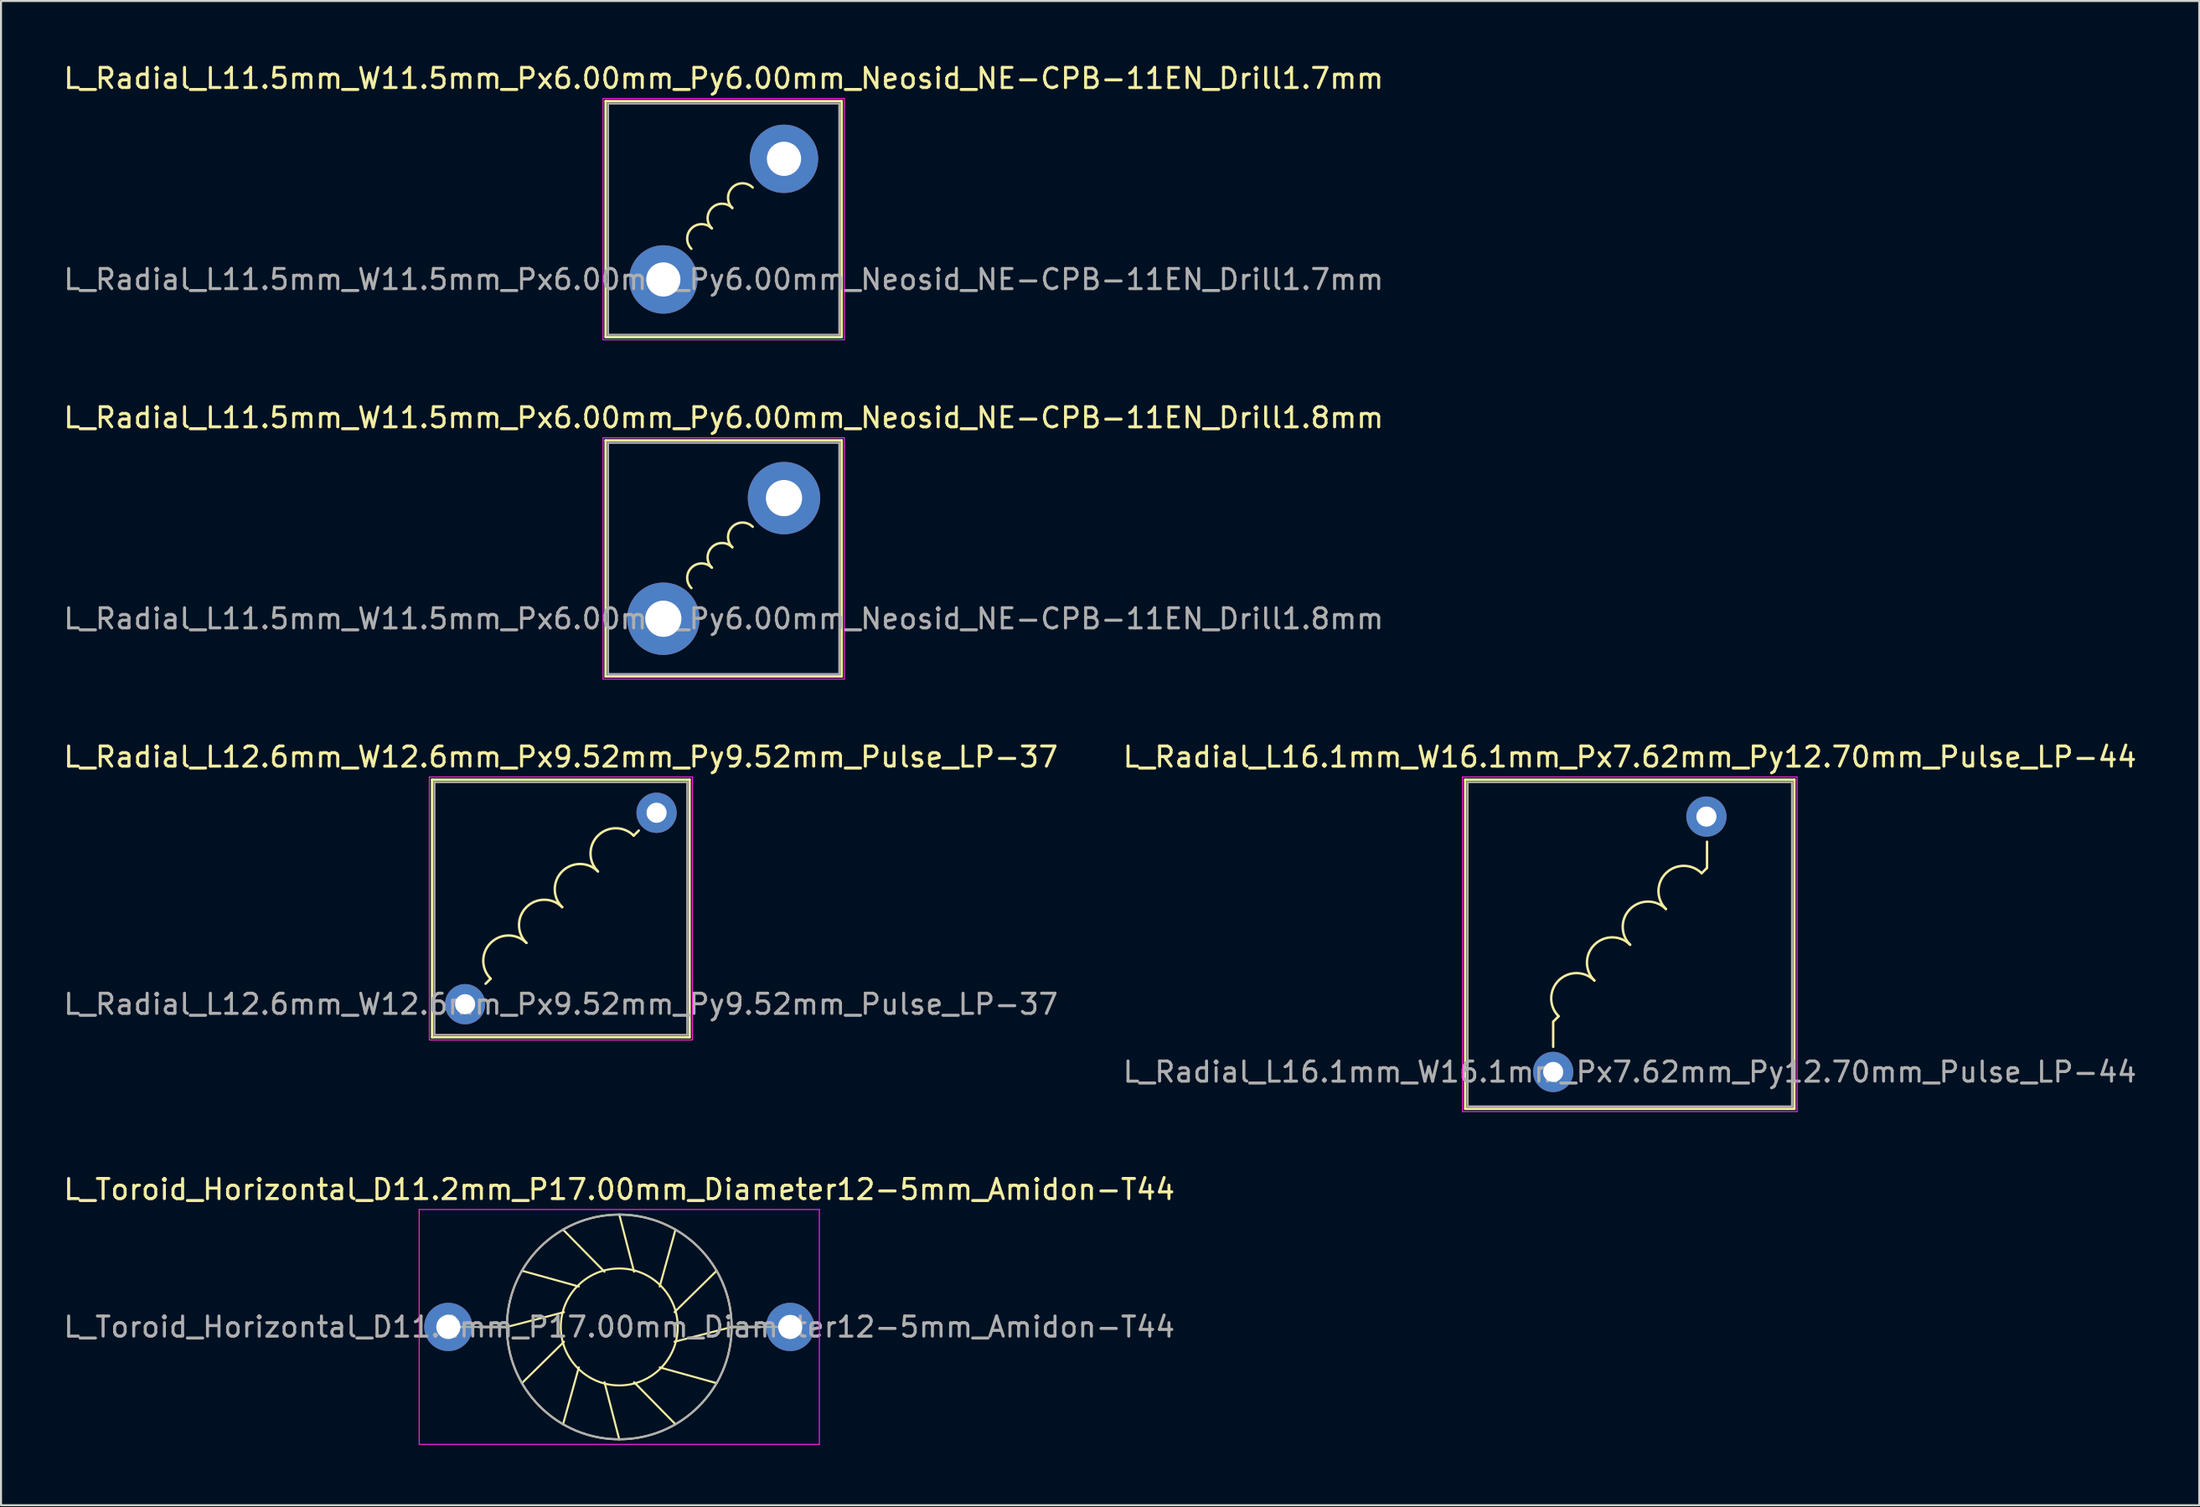
<source format=kicad_pcb>
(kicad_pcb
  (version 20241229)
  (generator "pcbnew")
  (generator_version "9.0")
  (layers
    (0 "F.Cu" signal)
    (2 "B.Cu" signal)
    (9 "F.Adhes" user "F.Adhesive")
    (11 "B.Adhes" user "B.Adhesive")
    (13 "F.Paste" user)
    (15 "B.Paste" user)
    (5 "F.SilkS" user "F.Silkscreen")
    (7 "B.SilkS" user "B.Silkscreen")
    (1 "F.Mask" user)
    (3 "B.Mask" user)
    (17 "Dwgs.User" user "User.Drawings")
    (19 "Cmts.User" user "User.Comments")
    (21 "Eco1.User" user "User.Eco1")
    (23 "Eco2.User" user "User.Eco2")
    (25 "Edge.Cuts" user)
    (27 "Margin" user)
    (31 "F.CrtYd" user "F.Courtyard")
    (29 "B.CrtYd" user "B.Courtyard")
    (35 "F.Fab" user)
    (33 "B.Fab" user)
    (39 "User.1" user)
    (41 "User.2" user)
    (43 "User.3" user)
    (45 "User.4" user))
  (footprint "L_Toroid_Horizontal_D11.2mm_P17.00mm_Diameter12-5mm_Amidon-T44"
    (layer "F.Cu")
    (at 19.244 62.941)
    (property "Reference" "L_Toroid_Horizontal_D11.2mm_P17.00mm_Diameter12-5mm_Amidon-T44" (at 8.5 -6.838 0) (layer "F.SilkS") (effects (font (size 1 1) (thickness 0.15))))
    (attr through_hole)
    (fp_line (start 2.906 0.001) (end 1.524 0) (stroke (width 0.12) (type solid)) (layer "F.SilkS"))
    (fp_line (start 2.906 0.001) (end 5.753 -0.736) (stroke (width 0.1) (type solid)) (layer "F.SilkS"))
    (fp_line (start 3.655 -2.796) (end 6.489 -2.011) (stroke (width 0.1) (type solid)) (layer "F.SilkS"))
    (fp_line (start 3.656 2.797) (end 5.753 0.736) (stroke (width 0.1) (type solid)) (layer "F.SilkS"))
    (fp_line (start 5.702 -4.844) (end 7.764 -2.747) (stroke (width 0.1) (type solid)) (layer "F.SilkS"))
    (fp_line (start 5.703 4.845) (end 6.489 2.011) (stroke (width 0.1) (type solid)) (layer "F.SilkS"))
    (fp_line (start 8.499 -5.594) (end 9.236 -2.747) (stroke (width 0.1) (type solid)) (layer "F.SilkS"))
    (fp_line (start 8.5 5.594) (end 7.764 2.747) (stroke (width 0.1) (type solid)) (layer "F.SilkS"))
    (fp_line (start 11.296 -4.845) (end 10.511 -2.011) (stroke (width 0.1) (type solid)) (layer "F.SilkS"))
    (fp_line (start 11.297 4.844) (end 9.236 2.747) (stroke (width 0.1) (type solid)) (layer "F.SilkS"))
    (fp_line (start 13.344 -2.798) (end 11.247 -0.737) (stroke (width 0.1) (type solid)) (layer "F.SilkS"))
    (fp_line (start 13.344 2.797) (end 10.511 2.011) (stroke (width 0.1) (type solid)) (layer "F.SilkS"))
    (fp_line (start 14.088 0) (end 15.494 0) (stroke (width 0.12) (type solid)) (layer "F.SilkS"))
    (fp_line (start 14.094 0) (end 11.247 0.736) (stroke (width 0.1) (type solid)) (layer "F.SilkS"))
    (fp_circle (center 8.5 0) (end 11.408 0) (stroke (width 0.1) (type solid)) (fill no) (layer "F.SilkS"))
    (fp_circle (center 8.5 0) (end 14.088 0) (stroke (width 0.1) (type solid)) (fill no) (layer "F.SilkS"))
    (fp_line (start -1.45 -5.84) (end -1.45 5.84) (stroke (width 0.05) (type solid)) (layer "F.CrtYd"))
    (fp_line (start -1.45 5.84) (end 18.45 5.84) (stroke (width 0.05) (type solid)) (layer "F.CrtYd"))
    (fp_line (start 18.45 -5.84) (end -1.45 -5.84) (stroke (width 0.05) (type solid)) (layer "F.CrtYd"))
    (fp_line (start 18.45 5.84) (end 18.45 -5.84) (stroke (width 0.05) (type solid)) (layer "F.CrtYd"))
    (fp_line (start 0 0) (end 2.912 0) (stroke (width 0.1) (type solid)) (layer "F.Fab"))
    (fp_line (start 17 0) (end 14.088 0) (stroke (width 0.1) (type solid)) (layer "F.Fab"))
    (fp_circle (center 8.5 0) (end 14.088 0) (stroke (width 0.1) (type solid)) (fill no) (layer "F.Fab"))
    (fp_text user "${REFERENCE}" (at 8.5 0 0) (layer "F.Fab") (effects (font (size 1 1) (thickness 0.15))))
    (pad "1" thru_hole circle (at 0 0) (size 2.4 2.4) (drill 1.2) (layers "*.Cu" "*.Mask"))
    (pad "2" thru_hole circle (at 17 0) (size 2.4 2.4) (drill 1.2) (layers "*.Cu" "*.Mask")))
  (footprint "L_Radial_L11.5mm_W11.5mm_Px6.00mm_Py6.00mm_Neosid_NE-CPB-11EN_Drill1.8mm"
    (layer "F.Cu")
    (at 29.935 27.721)
    (property "Reference" "L_Radial_L11.5mm_W11.5mm_Px6.00mm_Py6.00mm_Neosid_NE-CPB-11EN_Drill1.8mm" (at 3 -10 0) (layer "F.SilkS") (effects (font (size 1 1) (thickness 0.15))))
    (attr through_hole)
    (fp_line (start -2.87 -8.87) (end -2.87 2.87) (stroke (width 0.12) (type solid)) (layer "F.SilkS"))
    (fp_line (start -2.87 -8.87) (end 8.87 -8.87) (stroke (width 0.12) (type solid)) (layer "F.SilkS"))
    (fp_line (start -2.87 2.87) (end 8.87 2.87) (stroke (width 0.12) (type solid)) (layer "F.SilkS"))
    (fp_line (start 8.87 -8.87) (end 8.87 2.87) (stroke (width 0.12) (type solid)) (layer "F.SilkS"))
    (fp_arc (start 1.396996 -1.523996) (mid 1.396996 -2.539998) (end 2.412998 -2.539998) (stroke (width 0.12) (type solid)) (layer "F.SilkS"))
    (fp_arc (start 2.412998 -2.539998) (mid 2.412998 -3.556) (end 3.429 -3.556) (stroke (width 0.12) (type solid)) (layer "F.SilkS"))
    (fp_arc (start 3.429 -3.556) (mid 3.429 -4.571998) (end 4.444998 -4.571998) (stroke (width 0.12) (type solid)) (layer "F.SilkS"))
    (fp_line (start -3 -9) (end -3 3) (stroke (width 0.05) (type solid)) (layer "F.CrtYd"))
    (fp_line (start -3 3) (end 9 3) (stroke (width 0.05) (type solid)) (layer "F.CrtYd"))
    (fp_line (start 9 -9) (end -3 -9) (stroke (width 0.05) (type solid)) (layer "F.CrtYd"))
    (fp_line (start 9 3) (end 9 -9) (stroke (width 0.05) (type solid)) (layer "F.CrtYd"))
    (fp_line (start -2.75 -8.75) (end -2.75 2.75) (stroke (width 0.1) (type solid)) (layer "F.Fab"))
    (fp_line (start -2.75 2.75) (end 8.75 2.75) (stroke (width 0.1) (type solid)) (layer "F.Fab"))
    (fp_line (start 8.75 -8.75) (end -2.75 -8.75) (stroke (width 0.1) (type solid)) (layer "F.Fab"))
    (fp_line (start 8.75 2.75) (end 8.75 -8.75) (stroke (width 0.1) (type solid)) (layer "F.Fab"))
    (fp_text user "${REFERENCE}" (at 3 0 0) (layer "F.Fab") (effects (font (size 1 1) (thickness 0.15))))
    (pad "1" thru_hole circle (at 0 0) (size 3.6 3.6) (drill 1.8) (layers "*.Cu" "*.Mask"))
    (pad "2" thru_hole circle (at 6 -6) (size 3.6 3.6) (drill 1.8) (layers "*.Cu" "*.Mask")))
  (footprint "L_Radial_L11.5mm_W11.5mm_Px6.00mm_Py6.00mm_Neosid_NE-CPB-11EN_Drill1.7mm"
    (layer "F.Cu")
    (at 29.935 10.848)
    (property "Reference" "L_Radial_L11.5mm_W11.5mm_Px6.00mm_Py6.00mm_Neosid_NE-CPB-11EN_Drill1.7mm" (at 3 -10 0) (layer "F.SilkS") (effects (font (size 1 1) (thickness 0.15))))
    (attr through_hole)
    (fp_line (start -2.87 -8.87) (end -2.87 2.87) (stroke (width 0.12) (type solid)) (layer "F.SilkS"))
    (fp_line (start -2.87 -8.87) (end 8.87 -8.87) (stroke (width 0.12) (type solid)) (layer "F.SilkS"))
    (fp_line (start -2.87 2.87) (end 8.87 2.87) (stroke (width 0.12) (type solid)) (layer "F.SilkS"))
    (fp_line (start 8.87 -8.87) (end 8.87 2.87) (stroke (width 0.12) (type solid)) (layer "F.SilkS"))
    (fp_arc (start 1.396996 -1.523996) (mid 1.396996 -2.539998) (end 2.412998 -2.539998) (stroke (width 0.12) (type solid)) (layer "F.SilkS"))
    (fp_arc (start 2.412998 -2.539998) (mid 2.412998 -3.556) (end 3.429 -3.556) (stroke (width 0.12) (type solid)) (layer "F.SilkS"))
    (fp_arc (start 3.429 -3.556) (mid 3.429 -4.571998) (end 4.444998 -4.571998) (stroke (width 0.12) (type solid)) (layer "F.SilkS"))
    (fp_line (start -3 -9) (end -3 3) (stroke (width 0.05) (type solid)) (layer "F.CrtYd"))
    (fp_line (start -3 3) (end 9 3) (stroke (width 0.05) (type solid)) (layer "F.CrtYd"))
    (fp_line (start 9 -9) (end -3 -9) (stroke (width 0.05) (type solid)) (layer "F.CrtYd"))
    (fp_line (start 9 3) (end 9 -9) (stroke (width 0.05) (type solid)) (layer "F.CrtYd"))
    (fp_line (start -2.75 -8.75) (end -2.75 2.75) (stroke (width 0.1) (type solid)) (layer "F.Fab"))
    (fp_line (start -2.75 2.75) (end 8.75 2.75) (stroke (width 0.1) (type solid)) (layer "F.Fab"))
    (fp_line (start 8.75 -8.75) (end -2.75 -8.75) (stroke (width 0.1) (type solid)) (layer "F.Fab"))
    (fp_line (start 8.75 2.75) (end 8.75 -8.75) (stroke (width 0.1) (type solid)) (layer "F.Fab"))
    (fp_text user "${REFERENCE}" (at 3 0 0) (layer "F.Fab") (effects (font (size 1 1) (thickness 0.15))))
    (pad "1" thru_hole circle (at 0 0) (size 3.4 3.4) (drill 1.7) (layers "*.Cu" "*.Mask"))
    (pad "2" thru_hole circle (at 6 -6) (size 3.4 3.4) (drill 1.7) (layers "*.Cu" "*.Mask")))
  (footprint "L_Radial_L16.1mm_W16.1mm_Px7.62mm_Py12.70mm_Pulse_LP-44"
    (layer "F.Cu")
    (at 74.184 50.26)
    (property "Reference" "L_Radial_L16.1mm_W16.1mm_Px7.62mm_Py12.70mm_Pulse_LP-44" (at 3.81 -15.665 0) (layer "F.SilkS") (effects (font (size 1 1) (thickness 0.15))))
    (attr through_hole)
    (fp_line (start -4.375 -14.535) (end -4.375 1.835) (stroke (width 0.12) (type solid)) (layer "F.SilkS"))
    (fp_line (start -4.375 -14.535) (end 11.995 -14.535) (stroke (width 0.12) (type solid)) (layer "F.SilkS"))
    (fp_line (start -4.375 1.835) (end 11.995 1.835) (stroke (width 0.12) (type solid)) (layer "F.SilkS"))
    (fp_line (start 0 -2.5) (end 0 -1.25) (stroke (width 0.12) (type solid)) (layer "F.SilkS"))
    (fp_line (start 0.27 -2.77) (end 0.016 -2.516) (stroke (width 0.12) (type solid)) (layer "F.SilkS"))
    (fp_line (start 7.636 -10.136) (end 7.382 -9.882) (stroke (width 0.12) (type solid)) (layer "F.SilkS"))
    (fp_line (start 7.65 -11.45) (end 7.65 -10.15) (stroke (width 0.12) (type solid)) (layer "F.SilkS"))
    (fp_line (start 11.995 -14.535) (end 11.995 1.835) (stroke (width 0.12) (type solid)) (layer "F.SilkS"))
    (fp_arc (start 0.27 -2.77) (mid 0.27 -4.548) (end 2.048 -4.548) (stroke (width 0.12) (type solid)) (layer "F.SilkS"))
    (fp_arc (start 2.048 -4.548) (mid 2.048 -6.326) (end 3.826 -6.326) (stroke (width 0.12) (type solid)) (layer "F.SilkS"))
    (fp_arc (start 3.826 -6.326) (mid 3.826 -8.104) (end 5.604 -8.104) (stroke (width 0.12) (type solid)) (layer "F.SilkS"))
    (fp_arc (start 5.604 -8.104) (mid 5.604 -9.882) (end 7.382 -9.882) (stroke (width 0.12) (type solid)) (layer "F.SilkS"))
    (fp_line (start -4.51 -14.67) (end -4.51 1.97) (stroke (width 0.05) (type solid)) (layer "F.CrtYd"))
    (fp_line (start -4.51 1.97) (end 12.13 1.97) (stroke (width 0.05) (type solid)) (layer "F.CrtYd"))
    (fp_line (start 12.13 -14.67) (end -4.51 -14.67) (stroke (width 0.05) (type solid)) (layer "F.CrtYd"))
    (fp_line (start 12.13 1.97) (end 12.13 -14.67) (stroke (width 0.05) (type solid)) (layer "F.CrtYd"))
    (fp_line (start -4.255 -14.415) (end -4.255 1.715) (stroke (width 0.1) (type solid)) (layer "F.Fab"))
    (fp_line (start -4.255 1.715) (end 11.875 1.715) (stroke (width 0.1) (type solid)) (layer "F.Fab"))
    (fp_line (start 11.875 -14.415) (end -4.255 -14.415) (stroke (width 0.1) (type solid)) (layer "F.Fab"))
    (fp_line (start 11.875 1.715) (end 11.875 -14.415) (stroke (width 0.1) (type solid)) (layer "F.Fab"))
    (fp_text user "${REFERENCE}" (at 3.81 0 0) (layer "F.Fab") (effects (font (size 1 1) (thickness 0.15))))
    (pad "1" thru_hole circle (at 0 0) (size 2 2) (drill 1) (layers "*.Cu" "*.Mask"))
    (pad "2" thru_hole circle (at 7.62 -12.7) (size 2 2) (drill 1) (layers "*.Cu" "*.Mask")))
  (footprint "L_Radial_L12.6mm_W12.6mm_Px9.52mm_Py9.52mm_Pulse_LP-37"
    (layer "F.Cu")
    (at 20.079 46.89)
    (property "Reference" "L_Radial_L12.6mm_W12.6mm_Px9.52mm_Py9.52mm_Pulse_LP-37" (at 4.76 -12.295 0) (layer "F.SilkS") (effects (font (size 1 1) (thickness 0.15))))
    (attr through_hole)
    (fp_line (start -1.645 -11.165) (end -1.645 1.645) (stroke (width 0.12) (type solid)) (layer "F.SilkS"))
    (fp_line (start -1.645 -11.165) (end 11.165 -11.165) (stroke (width 0.12) (type solid)) (layer "F.SilkS"))
    (fp_line (start -1.645 1.645) (end 11.165 1.645) (stroke (width 0.12) (type solid)) (layer "F.SilkS"))
    (fp_line (start 1.27 -1.27) (end 1.016 -1.016) (stroke (width 0.12) (type solid)) (layer "F.SilkS"))
    (fp_line (start 8.636 -8.636) (end 8.382 -8.382) (stroke (width 0.12) (type solid)) (layer "F.SilkS"))
    (fp_line (start 11.165 -11.165) (end 11.165 1.645) (stroke (width 0.12) (type solid)) (layer "F.SilkS"))
    (fp_arc (start 1.27 -1.27) (mid 1.27 -3.048) (end 3.048 -3.048) (stroke (width 0.12) (type solid)) (layer "F.SilkS"))
    (fp_arc (start 3.048 -3.048) (mid 3.048 -4.826) (end 4.826 -4.826) (stroke (width 0.12) (type solid)) (layer "F.SilkS"))
    (fp_arc (start 4.826 -4.826) (mid 4.826 -6.604) (end 6.604 -6.604) (stroke (width 0.12) (type solid)) (layer "F.SilkS"))
    (fp_arc (start 6.604 -6.604) (mid 6.604 -8.382) (end 8.382 -8.382) (stroke (width 0.12) (type solid)) (layer "F.SilkS"))
    (fp_line (start -1.78 -11.3) (end -1.78 1.78) (stroke (width 0.05) (type solid)) (layer "F.CrtYd"))
    (fp_line (start -1.78 1.78) (end 11.3 1.78) (stroke (width 0.05) (type solid)) (layer "F.CrtYd"))
    (fp_line (start 11.3 -11.3) (end -1.78 -11.3) (stroke (width 0.05) (type solid)) (layer "F.CrtYd"))
    (fp_line (start 11.3 1.78) (end 11.3 -11.3) (stroke (width 0.05) (type solid)) (layer "F.CrtYd"))
    (fp_line (start -1.525 -11.045) (end -1.525 1.525) (stroke (width 0.1) (type solid)) (layer "F.Fab"))
    (fp_line (start -1.525 1.525) (end 11.045 1.525) (stroke (width 0.1) (type solid)) (layer "F.Fab"))
    (fp_line (start 11.045 -11.045) (end -1.525 -11.045) (stroke (width 0.1) (type solid)) (layer "F.Fab"))
    (fp_line (start 11.045 1.525) (end 11.045 -11.045) (stroke (width 0.1) (type solid)) (layer "F.Fab"))
    (fp_text user "${REFERENCE}" (at 4.76 0 0) (layer "F.Fab") (effects (font (size 1 1) (thickness 0.15))))
    (pad "1" thru_hole circle (at 0 0) (size 2 2) (drill 1) (layers "*.Cu" "*.Mask"))
    (pad "2" thru_hole circle (at 9.52 -9.52) (size 2 2) (drill 1) (layers "*.Cu" "*.Mask")))
  (gr_rect
    (start -3 -3)
    (end 106.31 71.806)
    (stroke (width 0.1) (type default))
    (fill no)
    (layer "Edge.Cuts")))
</source>
